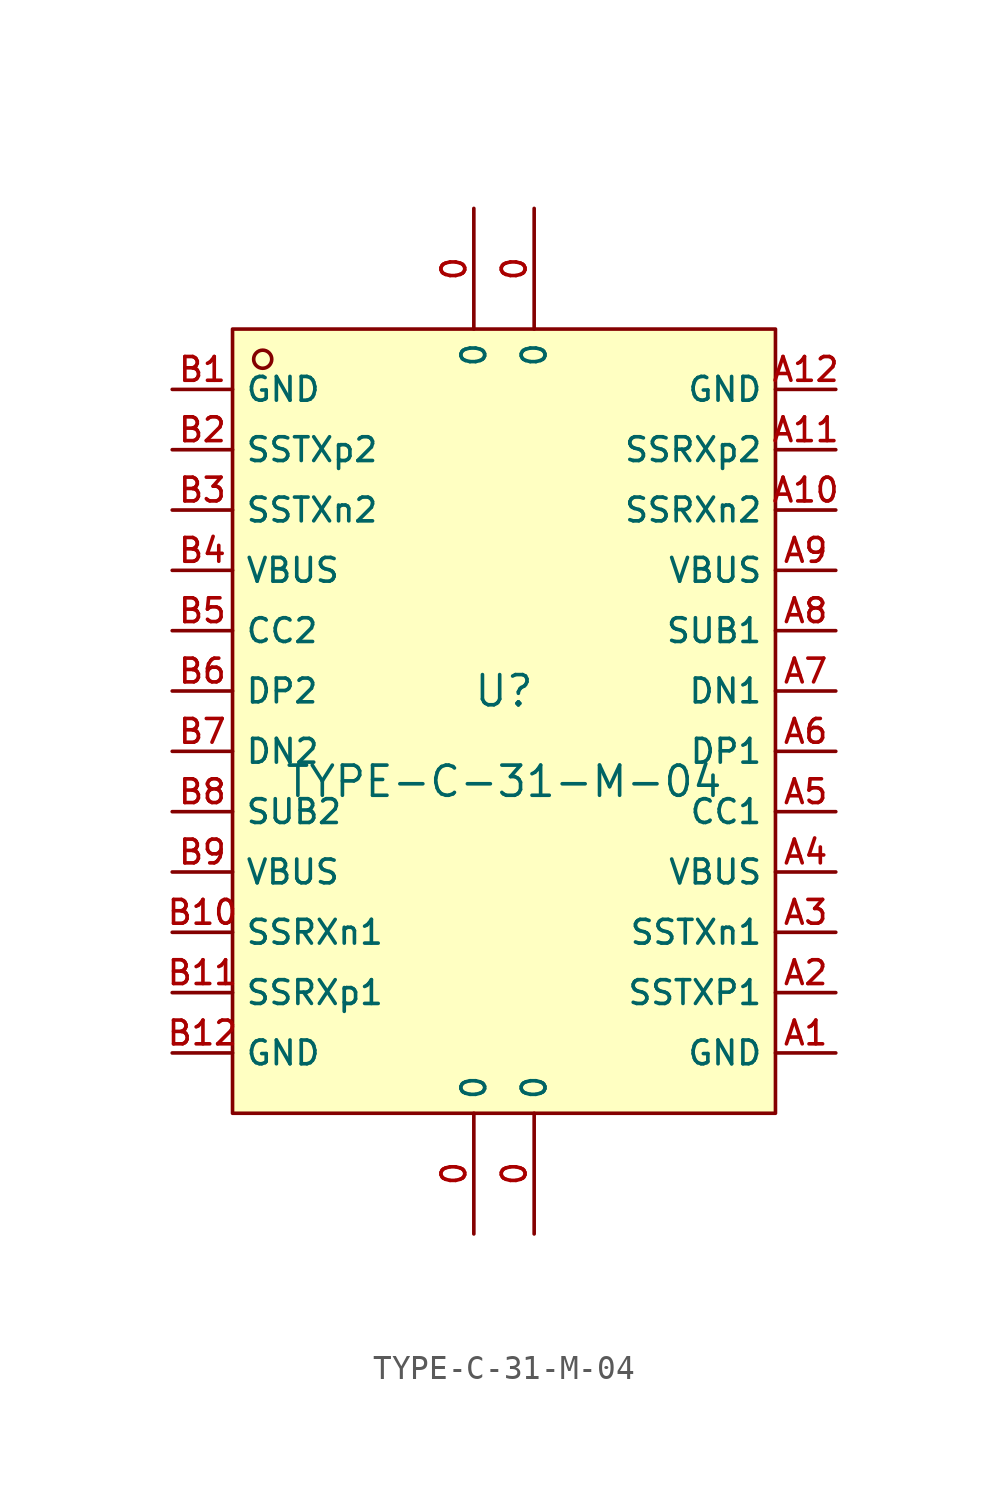
<source format=kicad_sym>
(kicad_symbol_lib
  (version 20210201)
  (generator TousstNicolas/JLC2KiCad_lib)
  (symbol "TYPE-C-31-M-04"
    (property "Reference" "U"
      (at 0 1.27 0)
      (effects (font (size 1.27 1.27))))
    (property "Value" "TYPE-C-31-M-04"
      (at 0 -2.54 0)
      (effects (font (size 1.27 1.27))))
    (symbol "TYPE-C-31-M-04_0_1"
      (rectangle (start -11.43 16.51) (end 11.43 -16.51) (stroke (width 0) (type default) (color 0 0 0 0)) (fill (type background)))
      (circle (center -10.16 15.24) (radius 0.381) (stroke (width 0) (type default) (color 0 0 0 0)) (fill (type background)))
      (pin unspecified line (at -13.97 13.97 0) (length 2.54) (name "GND" (effects (font (size 1 1)))) (number "B1" (effects (font (size 1 1)))))
      (pin unspecified line (at -13.97 11.43 0) (length 2.54) (name "SSTXp2" (effects (font (size 1 1)))) (number "B2" (effects (font (size 1 1)))))
      (pin unspecified line (at -13.97 8.89 0) (length 2.54) (name "SSTXn2" (effects (font (size 1 1)))) (number "B3" (effects (font (size 1 1)))))
      (pin unspecified line (at -13.97 6.35 0) (length 2.54) (name "VBUS" (effects (font (size 1 1)))) (number "B4" (effects (font (size 1 1)))))
      (pin unspecified line (at -13.97 3.81 0) (length 2.54) (name "CC2" (effects (font (size 1 1)))) (number "B5" (effects (font (size 1 1)))))
      (pin unspecified line (at -13.97 1.27 0) (length 2.54) (name "DP2" (effects (font (size 1 1)))) (number "B6" (effects (font (size 1 1)))))
      (pin unspecified line (at -13.97 -1.27 0) (length 2.54) (name "DN2" (effects (font (size 1 1)))) (number "B7" (effects (font (size 1 1)))))
      (pin unspecified line (at -13.97 -3.81 0) (length 2.54) (name "SUB2" (effects (font (size 1 1)))) (number "B8" (effects (font (size 1 1)))))
      (pin unspecified line (at -13.97 -6.35 0) (length 2.54) (name "VBUS" (effects (font (size 1 1)))) (number "B9" (effects (font (size 1 1)))))
      (pin unspecified line (at -13.97 -8.89 0) (length 2.54) (name "SSRXn1" (effects (font (size 1 1)))) (number "B10" (effects (font (size 1 1)))))
      (pin unspecified line (at -13.97 -11.43 0) (length 2.54) (name "SSRXp1" (effects (font (size 1 1)))) (number "B11" (effects (font (size 1 1)))))
      (pin unspecified line (at -13.97 -13.97 0) (length 2.54) (name "GND" (effects (font (size 1 1)))) (number "B12" (effects (font (size 1 1)))))
      (pin unspecified line (at -1.27 21.59 270) (length 5.08) (name "0" (effects (font (size 1 1)))) (number "0" (effects (font (size 1 1)))))
      (pin unspecified line (at 1.27 21.59 270) (length 5.08) (name "0" (effects (font (size 1 1)))) (number "0" (effects (font (size 1 1)))))
      (pin unspecified line (at -1.27 -21.59 90) (length 5.08) (name "0" (effects (font (size 1 1)))) (number "0" (effects (font (size 1 1)))))
      (pin unspecified line (at 1.27 -21.59 90) (length 5.08) (name "0" (effects (font (size 1 1)))) (number "0" (effects (font (size 1 1)))))
      (pin unspecified line (at 13.97 -13.97 180) (length 2.54) (name "GND" (effects (font (size 1 1)))) (number "A1" (effects (font (size 1 1)))))
      (pin unspecified line (at 13.97 -11.43 180) (length 2.54) (name "SSTXP1" (effects (font (size 1 1)))) (number "A2" (effects (font (size 1 1)))))
      (pin unspecified line (at 13.97 -8.89 180) (length 2.54) (name "SSTXn1" (effects (font (size 1 1)))) (number "A3" (effects (font (size 1 1)))))
      (pin unspecified line (at 13.97 -6.35 180) (length 2.54) (name "VBUS" (effects (font (size 1 1)))) (number "A4" (effects (font (size 1 1)))))
      (pin unspecified line (at 13.97 -3.81 180) (length 2.54) (name "CC1" (effects (font (size 1 1)))) (number "A5" (effects (font (size 1 1)))))
      (pin unspecified line (at 13.97 -1.27 180) (length 2.54) (name "DP1" (effects (font (size 1 1)))) (number "A6" (effects (font (size 1 1)))))
      (pin unspecified line (at 13.97 1.27 180) (length 2.54) (name "DN1" (effects (font (size 1 1)))) (number "A7" (effects (font (size 1 1)))))
      (pin unspecified line (at 13.97 3.81 180) (length 2.54) (name "SUB1" (effects (font (size 1 1)))) (number "A8" (effects (font (size 1 1)))))
      (pin unspecified line (at 13.97 6.35 180) (length 2.54) (name "VBUS" (effects (font (size 1 1)))) (number "A9" (effects (font (size 1 1)))))
      (pin unspecified line (at 13.97 8.89 180) (length 2.54) (name "SSRXn2" (effects (font (size 1 1)))) (number "A10" (effects (font (size 1 1)))))
      (pin unspecified line (at 13.97 11.43 180) (length 2.54) (name "SSRXp2" (effects (font (size 1 1)))) (number "A11" (effects (font (size 1 1)))))
      (pin unspecified line (at 13.97 13.97 180) (length 2.54) (name "GND" (effects (font (size 1 1)))) (number "A12" (effects (font (size 1 1))))))))
</source>
